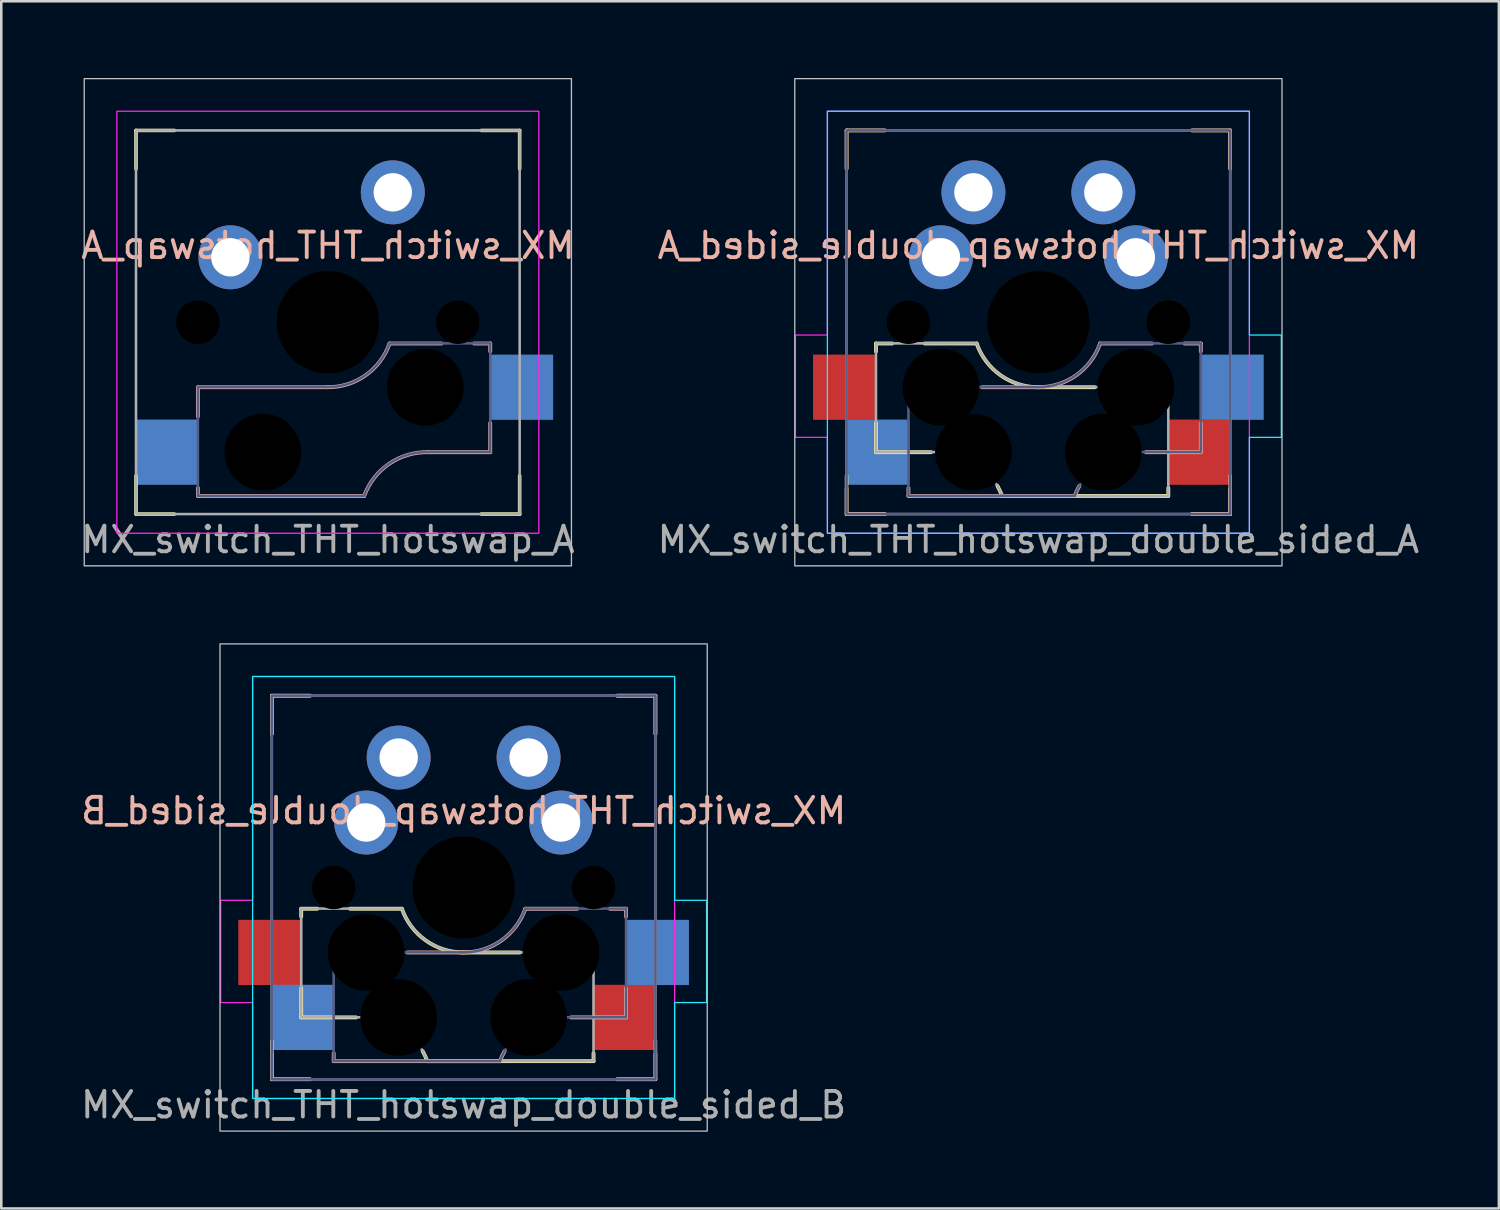
<source format=kicad_pcb>
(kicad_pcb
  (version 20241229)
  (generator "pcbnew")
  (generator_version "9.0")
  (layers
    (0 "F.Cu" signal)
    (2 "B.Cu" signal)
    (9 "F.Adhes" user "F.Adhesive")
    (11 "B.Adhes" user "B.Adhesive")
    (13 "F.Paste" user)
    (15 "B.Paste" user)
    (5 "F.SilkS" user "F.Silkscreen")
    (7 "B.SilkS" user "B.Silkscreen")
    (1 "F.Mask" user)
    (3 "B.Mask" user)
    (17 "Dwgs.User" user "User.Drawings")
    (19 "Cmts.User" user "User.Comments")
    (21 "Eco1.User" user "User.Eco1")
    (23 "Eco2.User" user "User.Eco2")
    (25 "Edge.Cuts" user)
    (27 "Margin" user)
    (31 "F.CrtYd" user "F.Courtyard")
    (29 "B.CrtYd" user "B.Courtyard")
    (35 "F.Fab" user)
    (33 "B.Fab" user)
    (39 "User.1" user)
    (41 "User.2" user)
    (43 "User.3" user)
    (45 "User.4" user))
  (footprint "MX_switch_THT_hotswap_A"
    (layer "F.Cu")
    (at 9.768 9.55)
    (property "Reference" "MX_switch_THT_hotswap_A" (at 0.008 -3 0) (unlocked yes) (layer "B.SilkS") (effects (font (size 1 1) (thickness 0.15)) (justify mirror)))
    (fp_line (start -7.5 -7.5) (end -7.5 -6) (stroke (width 0.14) (type solid)) (layer "F.SilkS"))
    (fp_line (start -7.5 -7.5) (end -6 -7.5) (stroke (width 0.14) (type solid)) (layer "F.SilkS"))
    (fp_line (start -7.5 7.5) (end -7.5 6) (stroke (width 0.14) (type solid)) (layer "F.SilkS"))
    (fp_line (start -7.5 7.5) (end -6 7.5) (stroke (width 0.14) (type solid)) (layer "F.SilkS"))
    (fp_line (start 7.5 -7.5) (end 6 -7.5) (stroke (width 0.14) (type solid)) (layer "F.SilkS"))
    (fp_line (start 7.5 -7.5) (end 7.5 -6) (stroke (width 0.14) (type solid)) (layer "F.SilkS"))
    (fp_line (start 7.5 7.5) (end 6 7.5) (stroke (width 0.14) (type solid)) (layer "F.SilkS"))
    (fp_line (start 7.5 7.5) (end 7.5 6) (stroke (width 0.14) (type solid)) (layer "F.SilkS"))
    (fp_line (start -5.08 2.54) (end -5.08 3.683) (stroke (width 0.15) (type solid)) (layer "B.SilkS"))
    (fp_line (start -5.08 2.54) (end 0 2.54) (stroke (width 0.15) (type solid)) (layer "B.SilkS"))
    (fp_line (start -5.08 6.477) (end -5.08 6.79) (stroke (width 0.15) (type solid)) (layer "B.SilkS"))
    (fp_line (start -5.08 6.79) (end 1.421 6.79) (stroke (width 0.15) (type solid)) (layer "B.SilkS"))
    (fp_line (start 4.445 0.83) (end 2.413 0.83) (stroke (width 0.15) (type solid)) (layer "B.SilkS"))
    (fp_line (start 6.35 0.83) (end 5.715 0.83) (stroke (width 0.15) (type solid)) (layer "B.SilkS"))
    (fp_line (start 6.35 0.83) (end 6.35 1.143) (stroke (width 0.15) (type solid)) (layer "B.SilkS"))
    (fp_line (start 6.35 3.937) (end 6.35 5.08) (stroke (width 0.15) (type solid)) (layer "B.SilkS"))
    (fp_line (start 6.35 5.08) (end 3.937 5.08) (stroke (width 0.15) (type solid)) (layer "B.SilkS"))
    (fp_arc (start 1.420812 6.79) (mid 2.403572 5.529859) (end 3.937 5.08) (stroke (width 0.15) (type solid)) (layer "B.SilkS"))
    (fp_arc (start 2.413 0.83) (mid 1.480188 2.071204) (end 0 2.54) (stroke (width 0.15) (type solid)) (layer "B.SilkS"))
    (fp_rect (start -9.525 -9.525) (end 9.525 9.525) (stroke (width 0.05) (type solid)) (fill no) (layer "Dwgs.User"))
    (fp_rect (start -8.25 -8.25) (end 8.25 8.25) (stroke (width 0.05) (type solid)) (fill no) (layer "F.CrtYd"))
    (fp_line (start -5.08 2.535) (end -5.08 6.785) (stroke (width 0.1) (type solid)) (layer "B.Fab"))
    (fp_line (start -5.08 2.535) (end 0 2.535) (stroke (width 0.1) (type solid)) (layer "B.Fab"))
    (fp_line (start -5.08 6.785) (end 1.421 6.785) (stroke (width 0.1) (type solid)) (layer "B.Fab"))
    (fp_line (start 6.35 0.825) (end 2.413 0.825) (stroke (width 0.1) (type solid)) (layer "B.Fab"))
    (fp_line (start 6.35 0.825) (end 6.35 5.075) (stroke (width 0.1) (type solid)) (layer "B.Fab"))
    (fp_line (start 6.35 5.075) (end 3.937 5.075) (stroke (width 0.1) (type solid)) (layer "B.Fab"))
    (fp_arc (start 1.420812 6.785) (mid 2.403572 5.524859) (end 3.937 5.075) (stroke (width 0.1) (type solid)) (layer "B.Fab"))
    (fp_arc (start 2.413 0.825) (mid 1.480188 2.066204) (end 0 2.535) (stroke (width 0.1) (type solid)) (layer "B.Fab"))
    (fp_rect (start -7.5 -7.5) (end 7.5 7.5) (stroke (width 0.1) (type solid)) (fill no) (layer "F.Fab"))
    (fp_text user "${REFERENCE}" (at 0 8.5 0) (unlocked yes) (layer "F.Fab") (effects (font (size 1 1) (thickness 0.15))))
    (pad "" np_thru_hole circle (at -5.08 0) (size 1.7 1.7) (drill 1.7) (layers "*.Mask"))
    (pad "" np_thru_hole circle (at -2.54 5.08) (size 3 3) (drill 3) (layers "*.Mask"))
    (pad "" np_thru_hole circle (at 0 0) (size 4 4) (drill 4) (layers "*.Mask"))
    (pad "" np_thru_hole circle (at 3.81 2.54) (size 3 3) (drill 3) (layers "*.Mask"))
    (pad "" np_thru_hole circle (at 5.08 0) (size 1.7 1.7) (drill 1.7) (layers "*.Mask"))
    (pad "1" smd rect (at -6.29 5.08) (size 2.5 2.55) (layers "B.Cu" "B.Mask" "B.Paste"))
    (pad "1" thru_hole circle (at -3.81 -2.54) (size 2.5 2.5) (drill 1.5) (layers "*.Cu" "*.Mask"))
    (pad "2" thru_hole circle (at 2.54 -5.08) (size 2.5 2.5) (drill 1.5) (layers "*.Cu" "*.Mask"))
    (pad "2" smd rect (at 7.56 2.54) (size 2.5 2.55) (layers "B.Cu" "B.Mask" "B.Paste")))
  (footprint "MX_switch_THT_hotswap_double_sided_B"
    (layer "F.Cu")
    (at 15.077 31.65)
    (property "Reference" "MX_switch_THT_hotswap_double_sided_B" (at 0 -3 0) (unlocked yes) (layer "B.SilkS") (effects (font (size 1 1) (thickness 0.15)) (justify mirror)))
    (fp_line (start -7.5 -7.5) (end -7.5 -6) (stroke (width 0.14) (type solid)) (layer "F.SilkS"))
    (fp_line (start -7.5 -7.5) (end -6 -7.5) (stroke (width 0.14) (type solid)) (layer "F.SilkS"))
    (fp_line (start -7.5 7.5) (end -7.5 6) (stroke (width 0.14) (type solid)) (layer "F.SilkS"))
    (fp_line (start -7.5 7.5) (end -6 7.5) (stroke (width 0.14) (type solid)) (layer "F.SilkS"))
    (fp_line (start -6.35 0.83) (end -6.35 1.143) (stroke (width 0.15) (type solid)) (layer "F.SilkS"))
    (fp_line (start -6.35 0.83) (end -5.715 0.83) (stroke (width 0.15) (type solid)) (layer "F.SilkS"))
    (fp_line (start -6.35 3.937) (end -6.35 5.08) (stroke (width 0.15) (type solid)) (layer "F.SilkS"))
    (fp_line (start -6.35 5.08) (end -4.2 5.08) (stroke (width 0.15) (type solid)) (layer "F.SilkS"))
    (fp_line (start -4.445 0.83) (end -2.413 0.83) (stroke (width 0.15) (type solid)) (layer "F.SilkS"))
    (fp_line (start 2.2 2.54) (end 0 2.54) (stroke (width 0.15) (type solid)) (layer "F.SilkS"))
    (fp_line (start 5.08 6.477) (end 5.08 6.79) (stroke (width 0.15) (type solid)) (layer "F.SilkS"))
    (fp_line (start 5.08 6.79) (end -1.421 6.79) (stroke (width 0.15) (type solid)) (layer "F.SilkS"))
    (fp_line (start 7.5 -7.5) (end 6 -7.5) (stroke (width 0.14) (type solid)) (layer "F.SilkS"))
    (fp_line (start 7.5 -7.5) (end 7.5 -6) (stroke (width 0.14) (type solid)) (layer "F.SilkS"))
    (fp_line (start 7.5 7.5) (end 6 7.5) (stroke (width 0.14) (type solid)) (layer "F.SilkS"))
    (fp_line (start 7.5 7.5) (end 7.5 6.5) (stroke (width 0.14) (type solid)) (layer "F.SilkS"))
    (fp_arc (start -1.6 6.4) (mid -1.502614 6.59142) (end -1.420812 6.79) (stroke (width 0.15) (type solid)) (layer "F.SilkS"))
    (fp_arc (start 0 2.54) (mid -1.480188 2.071204) (end -2.413 0.83) (stroke (width 0.15) (type solid)) (layer "F.SilkS"))
    (fp_line (start -7.5 -7.5) (end -7.5 -6) (stroke (width 0.14) (type solid)) (layer "B.SilkS"))
    (fp_line (start -7.5 -7.5) (end -6 -7.5) (stroke (width 0.14) (type solid)) (layer "B.SilkS"))
    (fp_line (start -7.5 7.5) (end -7.5 6.5) (stroke (width 0.14) (type solid)) (layer "B.SilkS"))
    (fp_line (start -7.5 7.5) (end -6 7.5) (stroke (width 0.14) (type solid)) (layer "B.SilkS"))
    (fp_line (start -5.08 6.477) (end -5.08 6.79) (stroke (width 0.15) (type solid)) (layer "B.SilkS"))
    (fp_line (start -5.08 6.79) (end 1.421 6.79) (stroke (width 0.15) (type solid)) (layer "B.SilkS"))
    (fp_line (start -2.2 2.54) (end 0 2.54) (stroke (width 0.15) (type solid)) (layer "B.SilkS"))
    (fp_line (start 4.445 0.83) (end 2.413 0.83) (stroke (width 0.15) (type solid)) (layer "B.SilkS"))
    (fp_line (start 6.35 0.83) (end 5.715 0.83) (stroke (width 0.15) (type solid)) (layer "B.SilkS"))
    (fp_line (start 6.35 0.83) (end 6.35 1.143) (stroke (width 0.15) (type solid)) (layer "B.SilkS"))
    (fp_line (start 6.35 3.937) (end 6.35 5.08) (stroke (width 0.15) (type solid)) (layer "B.SilkS"))
    (fp_line (start 6.35 5.08) (end 4.2 5.08) (stroke (width 0.15) (type solid)) (layer "B.SilkS"))
    (fp_line (start 7.5 -7.5) (end 6 -7.5) (stroke (width 0.14) (type solid)) (layer "B.SilkS"))
    (fp_line (start 7.5 -7.5) (end 7.5 -6) (stroke (width 0.14) (type solid)) (layer "B.SilkS"))
    (fp_line (start 7.5 7.5) (end 6 7.5) (stroke (width 0.14) (type solid)) (layer "B.SilkS"))
    (fp_line (start 7.5 7.5) (end 7.5 6) (stroke (width 0.14) (type solid)) (layer "B.SilkS"))
    (fp_arc (start 1.420812 6.79) (mid 1.502613 6.59142) (end 1.6 6.4) (stroke (width 0.15) (type solid)) (layer "B.SilkS"))
    (fp_arc (start 2.413 0.83) (mid 1.480188 2.071204) (end 0 2.54) (stroke (width 0.15) (type solid)) (layer "B.SilkS"))
    (fp_rect (start -9.525 -9.525) (end 9.525 9.525) (stroke (width 0.05) (type solid)) (fill no) (layer "Dwgs.User"))
    (fp_poly (pts (xy 8.25 0.5) (xy 9.5 0.5) (xy 9.5 4.5) (xy 8.25 4.5) (xy 8.25 8.25) (xy -8.25 8.25) (xy -8.25 -8.25) (xy 8.25 -8.25)) (stroke (width 0.05) (type solid)) (fill no) (layer "B.CrtYd"))
    (fp_poly (pts (xy -8.25 0.5) (xy -9.5 0.5) (xy -9.5 4.5) (xy -8.25 4.5) (xy -8.25 8.25) (xy 8.25 8.25) (xy 8.25 -8.25) (xy -8.25 -8.25)) (stroke (width 0.05) (type solid)) (fill no) (layer "F.CrtYd"))
    (fp_line (start -5.08 2.535) (end -5.08 6.785) (stroke (width 0.1) (type solid)) (layer "B.Fab"))
    (fp_line (start -5.08 2.535) (end 0 2.535) (stroke (width 0.1) (type solid)) (layer "B.Fab"))
    (fp_line (start -5.08 6.785) (end 1.421 6.785) (stroke (width 0.1) (type solid)) (layer "B.Fab"))
    (fp_line (start 6.35 0.825) (end 2.413 0.825) (stroke (width 0.1) (type solid)) (layer "B.Fab"))
    (fp_line (start 6.35 0.825) (end 6.35 5.075) (stroke (width 0.1) (type solid)) (layer "B.Fab"))
    (fp_line (start 6.35 5.075) (end 3.937 5.075) (stroke (width 0.1) (type solid)) (layer "B.Fab"))
    (fp_rect (start 7.5 -7.5) (end -7.5 7.5) (stroke (width 0.1) (type solid)) (fill no) (layer "B.Fab"))
    (fp_arc (start 1.420812 6.785) (mid 2.403572 5.524859) (end 3.937 5.075) (stroke (width 0.1) (type solid)) (layer "B.Fab"))
    (fp_arc (start 2.413 0.825) (mid 1.480188 2.066204) (end 0 2.535) (stroke (width 0.1) (type solid)) (layer "B.Fab"))
    (fp_line (start -6.35 0.825) (end -6.35 5.075) (stroke (width 0.1) (type solid)) (layer "F.Fab"))
    (fp_line (start -6.35 0.825) (end -2.413 0.825) (stroke (width 0.1) (type solid)) (layer "F.Fab"))
    (fp_line (start -6.35 5.075) (end -3.937 5.075) (stroke (width 0.1) (type solid)) (layer "F.Fab"))
    (fp_line (start 5.08 2.535) (end 0 2.535) (stroke (width 0.1) (type solid)) (layer "F.Fab"))
    (fp_line (start 5.08 2.535) (end 5.08 6.785) (stroke (width 0.1) (type solid)) (layer "F.Fab"))
    (fp_line (start 5.08 6.785) (end -1.421 6.785) (stroke (width 0.1) (type solid)) (layer "F.Fab"))
    (fp_rect (start -7.5 -7.5) (end 7.5 7.5) (stroke (width 0.1) (type solid)) (fill no) (layer "F.Fab"))
    (fp_arc (start -3.937 5.075) (mid -2.403571 5.524857) (end -1.420812 6.785) (stroke (width 0.1) (type solid)) (layer "F.Fab"))
    (fp_arc (start 0 2.535) (mid -1.480188 2.066204) (end -2.413 0.825) (stroke (width 0.1) (type solid)) (layer "F.Fab"))
    (fp_text user "${REFERENCE}" (at 0 8.5 0) (unlocked yes) (layer "F.Fab") (effects (font (size 1 1) (thickness 0.15))))
    (pad "" np_thru_hole circle (at -5.08 0) (size 1.7 1.7) (drill 1.7) (layers "*.Mask"))
    (pad "" np_thru_hole circle (at -3.81 2.54) (size 3 3) (drill 3) (layers "*.Mask"))
    (pad "" np_thru_hole circle (at -2.54 5.08) (size 3 3) (drill 3) (layers "*.Mask"))
    (pad "" np_thru_hole circle (at 0 0) (size 4 4) (drill 4) (layers "*.Mask"))
    (pad "" np_thru_hole circle (at 2.54 5.08) (size 3 3) (drill 3) (layers "*.Mask"))
    (pad "" np_thru_hole circle (at 3.81 2.54) (size 3 3) (drill 3) (layers "*.Mask"))
    (pad "" np_thru_hole circle (at 5.08 0) (size 1.7 1.7) (drill 1.7) (layers "*.Mask"))
    (pad "1" smd rect (at -6.29 5.08) (size 2.5 2.55) (layers "B.Cu" "B.Mask" "B.Paste"))
    (pad "1" thru_hole circle (at -3.81 -2.54) (size 2.5 2.5) (drill 1.5) (layers "*.Cu" "*.Mask"))
    (pad "1" thru_hole circle (at 3.81 -2.54) (size 2.5 2.5) (drill 1.5) (layers "*.Cu" "*.Mask"))
    (pad "1" smd rect (at 6.29 5.08) (size 2.5 2.55) (layers "F.Cu" "F.Mask" "F.Paste"))
    (pad "2" smd rect (at -7.56 2.54) (size 2.5 2.55) (layers "F.Cu" "F.Mask" "F.Paste"))
    (pad "2" thru_hole circle (at -2.54 -5.08) (size 2.5 2.5) (drill 1.5) (layers "*.Cu" "*.Mask"))
    (pad "2" thru_hole circle (at 2.54 -5.08) (size 2.5 2.5) (drill 1.5) (layers "*.Cu" "*.Mask"))
    (pad "2" smd rect (at 7.56 2.54) (size 2.5 2.55) (layers "B.Cu" "B.Mask" "B.Paste")))
  (footprint "MX_switch_THT_hotswap_double_sided_A"
    (layer "F.Cu")
    (at 37.55 9.55)
    (property "Reference" "MX_switch_THT_hotswap_double_sided_A" (at 0 -3 0) (unlocked yes) (layer "B.SilkS") (effects (font (size 1 1) (thickness 0.15)) (justify mirror)))
    (fp_line (start -7.5 -7.5) (end -7.5 -6) (stroke (width 0.14) (type solid)) (layer "F.SilkS"))
    (fp_line (start -7.5 -7.5) (end -6 -7.5) (stroke (width 0.14) (type solid)) (layer "F.SilkS"))
    (fp_line (start -7.5 7.5) (end -7.5 6) (stroke (width 0.14) (type solid)) (layer "F.SilkS"))
    (fp_line (start -7.5 7.5) (end -6 7.5) (stroke (width 0.14) (type solid)) (layer "F.SilkS"))
    (fp_line (start -6.35 0.83) (end -6.35 1.143) (stroke (width 0.15) (type solid)) (layer "F.SilkS"))
    (fp_line (start -6.35 0.83) (end -5.715 0.83) (stroke (width 0.15) (type solid)) (layer "F.SilkS"))
    (fp_line (start -6.35 3.937) (end -6.35 5.08) (stroke (width 0.15) (type solid)) (layer "F.SilkS"))
    (fp_line (start -6.35 5.08) (end -4.2 5.08) (stroke (width 0.15) (type solid)) (layer "F.SilkS"))
    (fp_line (start -4.445 0.83) (end -2.413 0.83) (stroke (width 0.15) (type solid)) (layer "F.SilkS"))
    (fp_line (start 2.2 2.54) (end 0 2.54) (stroke (width 0.15) (type solid)) (layer "F.SilkS"))
    (fp_line (start 5.08 6.477) (end 5.08 6.79) (stroke (width 0.15) (type solid)) (layer "F.SilkS"))
    (fp_line (start 5.08 6.79) (end -1.421 6.79) (stroke (width 0.15) (type solid)) (layer "F.SilkS"))
    (fp_line (start 7.5 -7.5) (end 6 -7.5) (stroke (width 0.14) (type solid)) (layer "F.SilkS"))
    (fp_line (start 7.5 -7.5) (end 7.5 -6) (stroke (width 0.14) (type solid)) (layer "F.SilkS"))
    (fp_line (start 7.5 7.5) (end 6 7.5) (stroke (width 0.14) (type solid)) (layer "F.SilkS"))
    (fp_line (start 7.5 7.5) (end 7.5 6.5) (stroke (width 0.14) (type solid)) (layer "F.SilkS"))
    (fp_arc (start -1.6 6.4) (mid -1.502613 6.591419) (end -1.420812 6.79) (stroke (width 0.15) (type solid)) (layer "F.SilkS"))
    (fp_arc (start 0 2.54) (mid -1.480188 2.071204) (end -2.413 0.83) (stroke (width 0.15) (type solid)) (layer "F.SilkS"))
    (fp_line (start -7.5 -7.5) (end -7.5 -6) (stroke (width 0.14) (type solid)) (layer "B.SilkS"))
    (fp_line (start -7.5 -7.5) (end -6 -7.5) (stroke (width 0.14) (type solid)) (layer "B.SilkS"))
    (fp_line (start -7.5 7.5) (end -7.5 6.5) (stroke (width 0.14) (type solid)) (layer "B.SilkS"))
    (fp_line (start -7.5 7.5) (end -6 7.5) (stroke (width 0.14) (type solid)) (layer "B.SilkS"))
    (fp_line (start -5.08 6.477) (end -5.08 6.79) (stroke (width 0.15) (type solid)) (layer "B.SilkS"))
    (fp_line (start -5.08 6.79) (end 1.421 6.79) (stroke (width 0.15) (type solid)) (layer "B.SilkS"))
    (fp_line (start -2.2 2.54) (end 0 2.54) (stroke (width 0.15) (type solid)) (layer "B.SilkS"))
    (fp_line (start 4.445 0.83) (end 2.413 0.83) (stroke (width 0.15) (type solid)) (layer "B.SilkS"))
    (fp_line (start 6.35 0.83) (end 5.715 0.83) (stroke (width 0.15) (type solid)) (layer "B.SilkS"))
    (fp_line (start 6.35 0.83) (end 6.35 1.143) (stroke (width 0.15) (type solid)) (layer "B.SilkS"))
    (fp_line (start 6.35 3.937) (end 6.35 5.08) (stroke (width 0.15) (type solid)) (layer "B.SilkS"))
    (fp_line (start 6.35 5.08) (end 4.2 5.08) (stroke (width 0.15) (type solid)) (layer "B.SilkS"))
    (fp_line (start 7.5 -7.5) (end 6 -7.5) (stroke (width 0.14) (type solid)) (layer "B.SilkS"))
    (fp_line (start 7.5 -7.5) (end 7.5 -6) (stroke (width 0.14) (type solid)) (layer "B.SilkS"))
    (fp_line (start 7.5 7.5) (end 6 7.5) (stroke (width 0.14) (type solid)) (layer "B.SilkS"))
    (fp_line (start 7.5 7.5) (end 7.5 6) (stroke (width 0.14) (type solid)) (layer "B.SilkS"))
    (fp_arc (start 1.420812 6.79) (mid 1.502613 6.59142) (end 1.6 6.4) (stroke (width 0.15) (type solid)) (layer "B.SilkS"))
    (fp_arc (start 2.413 0.83) (mid 1.480188 2.071204) (end 0 2.54) (stroke (width 0.15) (type solid)) (layer "B.SilkS"))
    (fp_rect (start 9.525 -9.525) (end -9.525 9.525) (stroke (width 0.05) (type solid)) (fill no) (layer "Dwgs.User"))
    (fp_poly (pts (xy 8.25 0.5) (xy 9.5 0.5) (xy 9.5 4.5) (xy 8.25 4.5) (xy 8.25 8.25) (xy -8.25 8.25) (xy -8.25 -8.25) (xy 8.25 -8.25)) (stroke (width 0.05) (type solid)) (fill no) (layer "B.CrtYd"))
    (fp_poly (pts (xy -8.25 0.5) (xy -9.5 0.5) (xy -9.5 4.5) (xy -8.25 4.5) (xy -8.25 8.25) (xy 8.25 8.25) (xy 8.25 -8.25) (xy -8.25 -8.25)) (stroke (width 0.05) (type solid)) (fill no) (layer "F.CrtYd"))
    (fp_line (start -5.08 2.535) (end -5.08 6.785) (stroke (width 0.1) (type solid)) (layer "B.Fab"))
    (fp_line (start -5.08 2.535) (end 0 2.535) (stroke (width 0.1) (type solid)) (layer "B.Fab"))
    (fp_line (start -5.08 6.785) (end 1.421 6.785) (stroke (width 0.1) (type solid)) (layer "B.Fab"))
    (fp_line (start 6.35 0.825) (end 2.413 0.825) (stroke (width 0.1) (type solid)) (layer "B.Fab"))
    (fp_line (start 6.35 0.825) (end 6.35 5.075) (stroke (width 0.1) (type solid)) (layer "B.Fab"))
    (fp_line (start 6.35 5.075) (end 3.937 5.075) (stroke (width 0.1) (type solid)) (layer "B.Fab"))
    (fp_rect (start 7.5 -7.5) (end -7.5 7.5) (stroke (width 0.1) (type solid)) (fill no) (layer "B.Fab"))
    (fp_arc (start 1.420812 6.785) (mid 2.403572 5.524859) (end 3.937 5.075) (stroke (width 0.1) (type solid)) (layer "B.Fab"))
    (fp_arc (start 2.413 0.825) (mid 1.480188 2.066204) (end 0 2.535) (stroke (width 0.1) (type solid)) (layer "B.Fab"))
    (fp_line (start -6.35 0.825) (end -6.35 5.075) (stroke (width 0.1) (type solid)) (layer "F.Fab"))
    (fp_line (start -6.35 0.825) (end -2.413 0.825) (stroke (width 0.1) (type solid)) (layer "F.Fab"))
    (fp_line (start -6.35 5.075) (end -3.937 5.075) (stroke (width 0.1) (type solid)) (layer "F.Fab"))
    (fp_line (start 5.08 2.535) (end 0 2.535) (stroke (width 0.1) (type solid)) (layer "F.Fab"))
    (fp_line (start 5.08 2.535) (end 5.08 6.785) (stroke (width 0.1) (type solid)) (layer "F.Fab"))
    (fp_line (start 5.08 6.785) (end -1.421 6.785) (stroke (width 0.1) (type solid)) (layer "F.Fab"))
    (fp_rect (start -7.5 -7.5) (end 7.5 7.5) (stroke (width 0.1) (type solid)) (fill no) (layer "F.Fab"))
    (fp_arc (start -3.937 5.075) (mid -2.403571 5.524857) (end -1.420812 6.785) (stroke (width 0.1) (type solid)) (layer "F.Fab"))
    (fp_arc (start 0 2.535) (mid -1.480188 2.066204) (end -2.413 0.825) (stroke (width 0.1) (type solid)) (layer "F.Fab"))
    (fp_text user "${REFERENCE}" (at 0 8.5 0) (unlocked yes) (layer "F.Fab") (effects (font (size 1 1) (thickness 0.15))))
    (pad "" np_thru_hole circle (at -5.08 0) (size 1.7 1.7) (drill 1.7) (layers "*.Mask"))
    (pad "" np_thru_hole circle (at -3.81 2.54) (size 3 3) (drill 3) (layers "*.Mask"))
    (pad "" np_thru_hole circle (at -2.54 5.08) (size 3 3) (drill 3) (layers "*.Mask"))
    (pad "" np_thru_hole circle (at 0 0) (size 4 4) (drill 4) (layers "*.Mask"))
    (pad "" np_thru_hole circle (at 2.54 5.08) (size 3 3) (drill 3) (layers "*.Mask"))
    (pad "" np_thru_hole circle (at 3.81 2.54) (size 3 3) (drill 3) (layers "*.Mask"))
    (pad "" np_thru_hole circle (at 5.08 0) (size 1.7 1.7) (drill 1.7) (layers "*.Mask"))
    (pad "1" smd rect (at -7.56 2.54) (size 2.5 2.55) (layers "F.Cu" "F.Mask" "F.Paste"))
    (pad "1" smd rect (at -6.29 5.08) (size 2.5 2.55) (layers "B.Cu" "B.Mask" "B.Paste"))
    (pad "1" thru_hole circle (at -3.81 -2.54) (size 2.5 2.5) (drill 1.5) (layers "*.Cu" "*.Mask"))
    (pad "1" thru_hole circle (at -2.54 -5.08) (size 2.5 2.5) (drill 1.5) (layers "*.Cu" "*.Mask"))
    (pad "2" thru_hole circle (at 2.54 -5.08) (size 2.5 2.5) (drill 1.5) (layers "*.Cu" "*.Mask"))
    (pad "2" thru_hole circle (at 3.81 -2.54) (size 2.5 2.5) (drill 1.5) (layers "*.Cu" "*.Mask"))
    (pad "2" smd rect (at 6.29 5.08) (size 2.5 2.55) (layers "F.Cu" "F.Mask" "F.Paste"))
    (pad "2" smd rect (at 7.56 2.54) (size 2.5 2.55) (layers "B.Cu" "B.Mask" "B.Paste")))
  (gr_rect
    (start -3 -3)
    (end 55.555 44.2)
    (stroke (width 0.1) (type default))
    (fill no)
    (layer "Edge.Cuts")))
</source>
